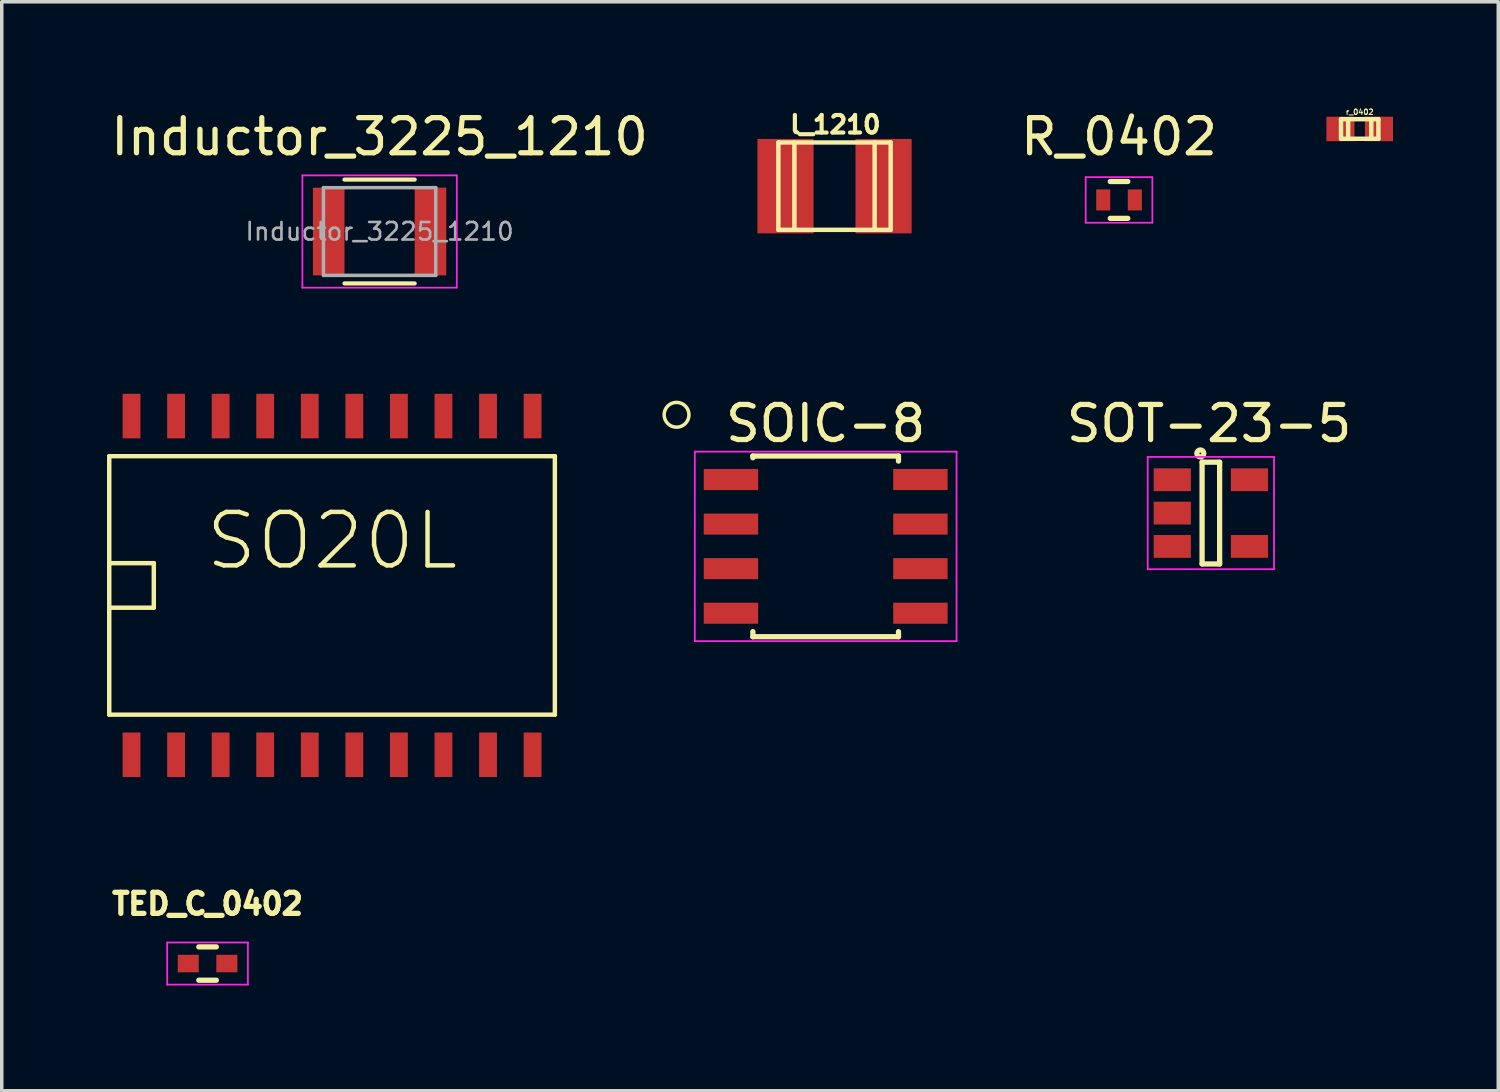
<source format=kicad_pcb>
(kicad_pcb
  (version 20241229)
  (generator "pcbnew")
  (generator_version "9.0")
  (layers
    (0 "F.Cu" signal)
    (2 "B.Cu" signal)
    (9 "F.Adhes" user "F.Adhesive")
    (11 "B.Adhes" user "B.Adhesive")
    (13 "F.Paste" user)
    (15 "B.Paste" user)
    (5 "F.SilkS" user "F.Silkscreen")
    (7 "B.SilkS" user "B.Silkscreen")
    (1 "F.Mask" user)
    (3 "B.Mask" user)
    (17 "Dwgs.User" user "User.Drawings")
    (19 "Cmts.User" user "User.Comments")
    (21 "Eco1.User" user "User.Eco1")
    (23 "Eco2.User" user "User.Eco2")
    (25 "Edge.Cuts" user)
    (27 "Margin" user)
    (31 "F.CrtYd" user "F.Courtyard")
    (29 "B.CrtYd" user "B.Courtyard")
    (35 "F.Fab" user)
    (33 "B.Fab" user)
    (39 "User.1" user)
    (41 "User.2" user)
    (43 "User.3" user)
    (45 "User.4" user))
  (footprint "SO20L"
    (layer "F.Cu")
    (at 6.413 13.634)
    (property "Reference" "SO20L" (at 0 -1.27 0) (layer "F.SilkS") (effects (font (size 1.524 1.524) (thickness 0.127))))
    (attr smd)
    (fp_line (start -6.35 -3.683) (end -6.35 3.683) (stroke (width 0.127) (type solid)) (layer "F.SilkS"))
    (fp_line (start -6.35 -3.683) (end 6.35 -3.683) (stroke (width 0.127) (type solid)) (layer "F.SilkS"))
    (fp_line (start -6.35 -0.635) (end -5.08 -0.635) (stroke (width 0.127) (type solid)) (layer "F.SilkS"))
    (fp_line (start -5.08 -0.635) (end -5.08 0.635) (stroke (width 0.127) (type solid)) (layer "F.SilkS"))
    (fp_line (start -5.08 0.635) (end -6.35 0.635) (stroke (width 0.127) (type solid)) (layer "F.SilkS"))
    (fp_line (start 6.35 3.683) (end -6.35 3.683) (stroke (width 0.127) (type solid)) (layer "F.SilkS"))
    (fp_line (start 6.35 3.683) (end 6.35 -3.683) (stroke (width 0.127) (type solid)) (layer "F.SilkS"))
    (pad "1" smd rect (at -5.715 4.826) (size 0.508 1.27) (layers "F.Cu" "F.Mask" "F.Paste"))
    (pad "2" smd rect (at -4.445 4.826) (size 0.508 1.27) (layers "F.Cu" "F.Mask" "F.Paste"))
    (pad "3" smd rect (at -3.175 4.826) (size 0.508 1.27) (layers "F.Cu" "F.Mask" "F.Paste"))
    (pad "4" smd rect (at -1.905 4.826) (size 0.508 1.27) (layers "F.Cu" "F.Mask" "F.Paste"))
    (pad "5" smd rect (at -0.635 4.826) (size 0.508 1.27) (layers "F.Cu" "F.Mask" "F.Paste"))
    (pad "6" smd rect (at 0.635 4.826) (size 0.508 1.27) (layers "F.Cu" "F.Mask" "F.Paste"))
    (pad "7" smd rect (at 1.905 4.826) (size 0.508 1.27) (layers "F.Cu" "F.Mask" "F.Paste"))
    (pad "8" smd rect (at 3.175 4.826) (size 0.508 1.27) (layers "F.Cu" "F.Mask" "F.Paste"))
    (pad "9" smd rect (at 4.445 4.826) (size 0.508 1.27) (layers "F.Cu" "F.Mask" "F.Paste"))
    (pad "10" smd rect (at 5.715 4.826) (size 0.508 1.27) (layers "F.Cu" "F.Mask" "F.Paste"))
    (pad "11" smd rect (at 5.715 -4.826) (size 0.508 1.27) (layers "F.Cu" "F.Mask" "F.Paste"))
    (pad "12" smd rect (at 4.445 -4.826) (size 0.508 1.27) (layers "F.Cu" "F.Mask" "F.Paste"))
    (pad "13" smd rect (at 3.175 -4.826) (size 0.508 1.27) (layers "F.Cu" "F.Mask" "F.Paste"))
    (pad "14" smd rect (at 1.905 -4.826) (size 0.508 1.27) (layers "F.Cu" "F.Mask" "F.Paste"))
    (pad "15" smd rect (at 0.635 -4.826) (size 0.508 1.27) (layers "F.Cu" "F.Mask" "F.Paste"))
    (pad "16" smd rect (at -0.635 -4.826) (size 0.508 1.27) (layers "F.Cu" "F.Mask" "F.Paste"))
    (pad "17" smd rect (at -1.905 -4.826) (size 0.508 1.27) (layers "F.Cu" "F.Mask" "F.Paste"))
    (pad "18" smd rect (at -3.175 -4.826) (size 0.508 1.27) (layers "F.Cu" "F.Mask" "F.Paste"))
    (pad "19" smd rect (at -4.445 -4.826) (size 0.508 1.27) (layers "F.Cu" "F.Mask" "F.Paste"))
    (pad "20" smd rect (at -5.715 -4.826) (size 0.508 1.27) (layers "F.Cu" "F.Mask" "F.Paste")))
  (footprint "l_1210"
    (layer "F.Cu")
    (at 20.733 2.255)
    (property "Reference" "l_1210" (at 0.025 -1.753 0) (layer "F.SilkS") (effects (font (size 0.5 0.5) (thickness 0.119))))
    (attr through_hole)
    (fp_line (start -1.6 -1.245) (end -1.6 1.245) (stroke (width 0.127) (type solid)) (layer "F.SilkS"))
    (fp_line (start -1.6 1.245) (end 1.6 1.245) (stroke (width 0.127) (type solid)) (layer "F.SilkS"))
    (fp_line (start -1.143 1.245) (end -1.143 -1.245) (stroke (width 0.127) (type solid)) (layer "F.SilkS"))
    (fp_line (start 1.143 -1.245) (end 1.143 1.245) (stroke (width 0.127) (type solid)) (layer "F.SilkS"))
    (fp_line (start 1.6 -1.245) (end -1.6 -1.245) (stroke (width 0.127) (type solid)) (layer "F.SilkS"))
    (fp_line (start 1.6 1.245) (end 1.6 -1.245) (stroke (width 0.127) (type solid)) (layer "F.SilkS"))
    (pad "1" smd rect (at 1.397 0) (size 1.6 2.692) (layers "F.Cu" "F.Mask" "F.Paste"))
    (pad "2" smd rect (at -1.397 0) (size 1.6 2.692) (layers "F.Cu" "F.Mask" "F.Paste")))
  (footprint "TED_C_0402"
    (layer "F.Cu")
    (at 2.865 24.41)
    (property "Reference" "TED_C_0402" (at 0 -1.7 0) (layer "F.SilkS") (effects (font (size 0.6 0.6) (thickness 0.15))))
    (attr smd)
    (fp_line (start -0.25 0.475) (end 0.25 0.475) (stroke (width 0.15) (type solid)) (layer "F.SilkS"))
    (fp_line (start 0.25 -0.475) (end -0.25 -0.475) (stroke (width 0.15) (type solid)) (layer "F.SilkS"))
    (fp_line (start -1.15 -0.6) (end -1.15 0.6) (stroke (width 0.05) (type solid)) (layer "F.CrtYd"))
    (fp_line (start -1.15 -0.6) (end 1.15 -0.6) (stroke (width 0.05) (type solid)) (layer "F.CrtYd"))
    (fp_line (start -1.15 0.6) (end 1.15 0.6) (stroke (width 0.05) (type solid)) (layer "F.CrtYd"))
    (fp_line (start 1.15 -0.6) (end 1.15 0.6) (stroke (width 0.05) (type solid)) (layer "F.CrtYd"))
    (pad "1" smd rect (at -0.55 0) (size 0.6 0.5) (layers "F.Cu" "F.Mask" "F.Paste"))
    (pad "2" smd rect (at 0.55 0) (size 0.6 0.5) (layers "F.Cu" "F.Mask" "F.Paste")))
  (footprint "SOT-23-5"
    (layer "F.Cu")
    (at 31.458 11.572)
    (property "Reference" "SOT-23-5" (at -0.05 -2.55 0) (layer "F.SilkS") (effects (font (size 1 1) (thickness 0.15))))
    (attr smd)
    (fp_line (start -0.25 -1.45) (end -0.25 1.45) (stroke (width 0.15) (type solid)) (layer "F.SilkS"))
    (fp_line (start -0.25 1.45) (end 0.25 1.45) (stroke (width 0.15) (type solid)) (layer "F.SilkS"))
    (fp_line (start 0.25 -1.45) (end -0.25 -1.45) (stroke (width 0.15) (type solid)) (layer "F.SilkS"))
    (fp_line (start 0.25 1.45) (end 0.25 -1.45) (stroke (width 0.15) (type solid)) (layer "F.SilkS"))
    (fp_circle (center -0.3 -1.7) (end -0.2 -1.7) (stroke (width 0.15) (type solid)) (fill no) (layer "F.SilkS"))
    (fp_line (start -1.8 -1.6) (end 1.8 -1.6) (stroke (width 0.05) (type solid)) (layer "F.CrtYd"))
    (fp_line (start -1.8 1.6) (end -1.8 -1.6) (stroke (width 0.05) (type solid)) (layer "F.CrtYd"))
    (fp_line (start 1.8 -1.6) (end 1.8 1.6) (stroke (width 0.05) (type solid)) (layer "F.CrtYd"))
    (fp_line (start 1.8 1.6) (end -1.8 1.6) (stroke (width 0.05) (type solid)) (layer "F.CrtYd"))
    (pad "1" smd rect (at -1.1 -0.95) (size 1.06 0.65) (layers "F.Cu" "F.Mask" "F.Paste"))
    (pad "2" smd rect (at -1.1 0) (size 1.06 0.65) (layers "F.Cu" "F.Mask" "F.Paste"))
    (pad "3" smd rect (at -1.1 0.95) (size 1.06 0.65) (layers "F.Cu" "F.Mask" "F.Paste"))
    (pad "4" smd rect (at 1.1 0.95) (size 1.06 0.65) (layers "F.Cu" "F.Mask" "F.Paste"))
    (pad "5" smd rect (at 1.1 -0.95) (size 1.06 0.65) (layers "F.Cu" "F.Mask" "F.Paste")))
  (footprint "r_0402"
    (layer "F.Cu")
    (at 35.7 0.625)
    (property "Reference" "r_0402" (at 0 -0.483 0) (layer "F.SilkS") (effects (font (size 0.152 0.152) (thickness 0.03))))
    (attr through_hole)
    (fp_line (start -0.533 -0.279) (end -0.533 0.279) (stroke (width 0.127) (type solid)) (layer "F.SilkS"))
    (fp_line (start -0.533 0.279) (end 0.533 0.279) (stroke (width 0.127) (type solid)) (layer "F.SilkS"))
    (fp_line (start -0.33 -0.279) (end -0.33 0.279) (stroke (width 0.127) (type solid)) (layer "F.SilkS"))
    (fp_line (start 0.33 -0.279) (end 0.33 0.279) (stroke (width 0.127) (type solid)) (layer "F.SilkS"))
    (fp_line (start 0.533 -0.279) (end -0.533 -0.279) (stroke (width 0.127) (type solid)) (layer "F.SilkS"))
    (fp_line (start 0.533 0.279) (end 0.533 -0.279) (stroke (width 0.127) (type solid)) (layer "F.SilkS"))
    (pad "1" smd rect (at 0.549 0) (size 0.8 0.699) (layers "F.Cu" "F.Mask" "F.Paste"))
    (pad "2" smd rect (at -0.549 0) (size 0.8 0.699) (layers "F.Cu" "F.Mask" "F.Paste")))
  (footprint "Inductor_3225_1210"
    (layer "F.Cu")
    (at 7.768 3.548)
    (property "Reference" "Inductor_3225_1210" (at 0 -2.7 0) (layer "F.SilkS") (effects (font (size 1 1) (thickness 0.15))))
    (attr smd)
    (fp_line (start -1 -1.48) (end 1 -1.48) (stroke (width 0.12) (type solid)) (layer "F.SilkS"))
    (fp_line (start 1 1.48) (end -1 1.48) (stroke (width 0.12) (type solid)) (layer "F.SilkS"))
    (fp_line (start -2.2 -1.6) (end -2.2 1.6) (stroke (width 0.05) (type solid)) (layer "F.CrtYd"))
    (fp_line (start -2.2 -1.6) (end 2.2 -1.6) (stroke (width 0.05) (type solid)) (layer "F.CrtYd"))
    (fp_line (start -2.2 1.6) (end 2.2 1.6) (stroke (width 0.05) (type solid)) (layer "F.CrtYd"))
    (fp_line (start 2.2 -1.6) (end 2.2 1.6) (stroke (width 0.05) (type solid)) (layer "F.CrtYd"))
    (fp_line (start -1.6 -1.25) (end 1.6 -1.25) (stroke (width 0.1) (type solid)) (layer "F.Fab"))
    (fp_line (start -1.6 1.25) (end -1.6 -1.25) (stroke (width 0.1) (type solid)) (layer "F.Fab"))
    (fp_line (start 1.6 -1.25) (end 1.6 1.25) (stroke (width 0.1) (type solid)) (layer "F.Fab"))
    (fp_line (start 1.6 1.25) (end -1.6 1.25) (stroke (width 0.1) (type solid)) (layer "F.Fab"))
    (fp_text user "${REFERENCE}" (at 0 0 0) (layer "F.Fab") (effects (font (size 0.5 0.5) (thickness 0.075))))
    (pad "1" smd rect (at -1.45 0) (size 0.9 2.5) (layers "F.Cu" "F.Mask" "F.Paste"))
    (pad "2" smd rect (at 1.45 0) (size 0.9 2.5) (layers "F.Cu" "F.Mask" "F.Paste")))
  (footprint "SOIC-8"
    (layer "F.Cu")
    (at 20.481 12.521)
    (property "Reference" "SOIC-8" (at 0 -3.5 0) (layer "F.SilkS") (effects (font (size 1 1) (thickness 0.15))))
    (attr smd)
    (fp_line (start -2.075 -2.575) (end -2.075 -2.525) (stroke (width 0.15) (type solid)) (layer "F.SilkS"))
    (fp_line (start -2.075 -2.575) (end 2.075 -2.575) (stroke (width 0.15) (type solid)) (layer "F.SilkS"))
    (fp_line (start -2.075 2.575) (end -2.075 2.43) (stroke (width 0.15) (type solid)) (layer "F.SilkS"))
    (fp_line (start -2.075 2.575) (end 2.075 2.575) (stroke (width 0.15) (type solid)) (layer "F.SilkS"))
    (fp_line (start 2.075 -2.575) (end 2.075 -2.43) (stroke (width 0.15) (type solid)) (layer "F.SilkS"))
    (fp_line (start 2.075 2.575) (end 2.075 2.43) (stroke (width 0.15) (type solid)) (layer "F.SilkS"))
    (fp_circle (center -4.25 -3.75) (end -4 -3.5) (stroke (width 0.1) (type solid)) (fill no) (layer "F.SilkS"))
    (fp_line (start -3.73 -2.7) (end -3.73 2.7) (stroke (width 0.05) (type solid)) (layer "F.CrtYd"))
    (fp_line (start -3.73 -2.7) (end 3.73 -2.7) (stroke (width 0.05) (type solid)) (layer "F.CrtYd"))
    (fp_line (start -3.73 2.7) (end 3.73 2.7) (stroke (width 0.05) (type solid)) (layer "F.CrtYd"))
    (fp_line (start 3.73 -2.7) (end 3.73 2.7) (stroke (width 0.05) (type solid)) (layer "F.CrtYd"))
    (pad "1" smd rect (at -2.7 -1.905) (size 1.55 0.6) (layers "F.Cu" "F.Mask" "F.Paste"))
    (pad "2" smd rect (at -2.7 -0.635) (size 1.55 0.6) (layers "F.Cu" "F.Mask" "F.Paste"))
    (pad "3" smd rect (at -2.7 0.635) (size 1.55 0.6) (layers "F.Cu" "F.Mask" "F.Paste"))
    (pad "4" smd rect (at -2.7 1.905) (size 1.55 0.6) (layers "F.Cu" "F.Mask" "F.Paste"))
    (pad "5" smd rect (at 2.7 1.905) (size 1.55 0.6) (layers "F.Cu" "F.Mask" "F.Paste"))
    (pad "6" smd rect (at 2.7 0.635) (size 1.55 0.6) (layers "F.Cu" "F.Mask" "F.Paste"))
    (pad "7" smd rect (at 2.7 -0.635) (size 1.55 0.6) (layers "F.Cu" "F.Mask" "F.Paste"))
    (pad "8" smd rect (at 2.7 -1.905) (size 1.55 0.6) (layers "F.Cu" "F.Mask" "F.Paste")))
  (footprint "R_0402"
    (layer "F.Cu")
    (at 28.841 2.648)
    (property "Reference" "R_0402" (at 0 -1.8 0) (layer "F.SilkS") (effects (font (size 1 1) (thickness 0.15))))
    (attr smd)
    (fp_line (start -0.25 0.525) (end 0.25 0.525) (stroke (width 0.15) (type solid)) (layer "F.SilkS"))
    (fp_line (start 0.25 -0.525) (end -0.25 -0.525) (stroke (width 0.15) (type solid)) (layer "F.SilkS"))
    (fp_line (start -0.95 -0.65) (end -0.95 0.65) (stroke (width 0.05) (type solid)) (layer "F.CrtYd"))
    (fp_line (start -0.95 -0.65) (end 0.95 -0.65) (stroke (width 0.05) (type solid)) (layer "F.CrtYd"))
    (fp_line (start -0.95 0.65) (end 0.95 0.65) (stroke (width 0.05) (type solid)) (layer "F.CrtYd"))
    (fp_line (start 0.95 -0.65) (end 0.95 0.65) (stroke (width 0.05) (type solid)) (layer "F.CrtYd"))
    (pad "1" smd rect (at -0.45 0) (size 0.4 0.6) (layers "F.Cu" "F.Mask" "F.Paste"))
    (pad "2" smd rect (at 0.45 0) (size 0.4 0.6) (layers "F.Cu" "F.Mask" "F.Paste")))
  (gr_rect
    (start -3 -3)
    (end 39.649 28.035)
    (stroke (width 0.1) (type default))
    (fill no)
    (layer "Edge.Cuts")))
</source>
